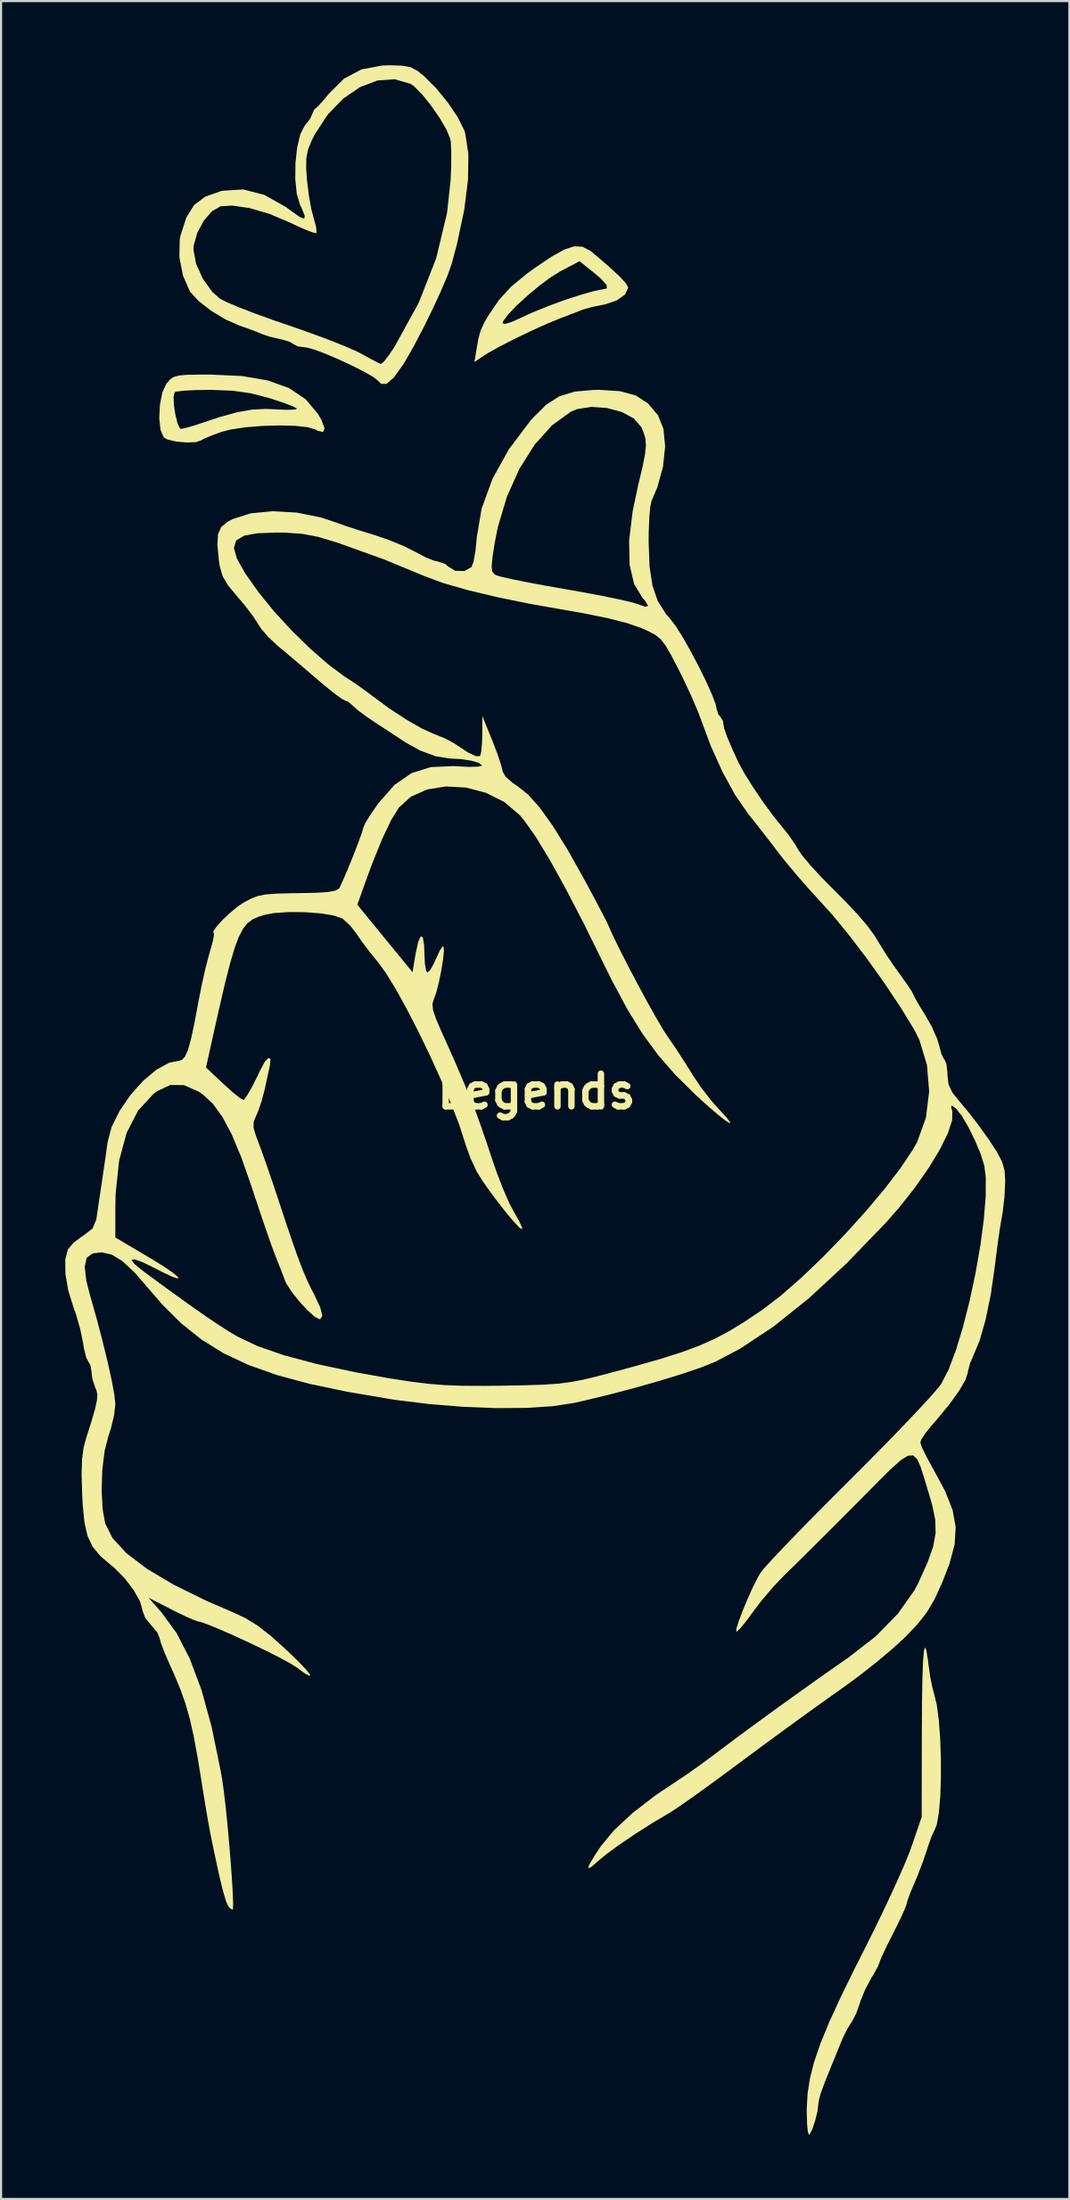
<source format=kicad_pcb>
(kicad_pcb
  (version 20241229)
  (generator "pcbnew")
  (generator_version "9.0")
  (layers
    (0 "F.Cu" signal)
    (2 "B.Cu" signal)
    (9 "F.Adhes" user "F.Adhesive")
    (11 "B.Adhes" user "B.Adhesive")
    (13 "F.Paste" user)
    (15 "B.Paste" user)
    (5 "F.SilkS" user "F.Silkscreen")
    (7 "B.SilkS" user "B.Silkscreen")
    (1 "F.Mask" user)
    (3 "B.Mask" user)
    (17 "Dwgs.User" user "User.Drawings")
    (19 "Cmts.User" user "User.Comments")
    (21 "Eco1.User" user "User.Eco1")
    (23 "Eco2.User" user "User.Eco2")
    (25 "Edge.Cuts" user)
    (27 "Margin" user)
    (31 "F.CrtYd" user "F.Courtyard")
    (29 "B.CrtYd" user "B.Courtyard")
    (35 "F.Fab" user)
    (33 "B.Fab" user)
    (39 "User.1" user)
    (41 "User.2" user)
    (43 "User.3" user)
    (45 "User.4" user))
  (footprint "Legends"
    (layer "F.Cu")
    (at 22.026 47.943)
    (property "Reference" "Legends" (at 0 0 0) (layer "F.SilkS") (effects (font (size 1.524 1.524) (thickness 0.3))))
    (attr board_only exclude_from_pos_files exclude_from_bom)
    (fp_poly (pts (xy 2.136 -39.468) (xy 2.483 -39.298) (xy 2.647 -39.172) (xy 3.386 -38.539) (xy 3.892 -38.073) (xy 4.185 -37.754) (xy 4.286 -37.56) (xy 4.286 -37.551) (xy 4.14 -37.235) (xy 3.752 -36.959) (xy 3.197 -36.771) (xy 3.096 -36.753) (xy 2.602 -36.653) (xy 2.197 -36.54) (xy 2.143 -36.52) (xy 1.803 -36.387) (xy 1.319 -36.201) (xy 1.111 -36.123) (xy 0.49 -35.868) (xy -0.251 -35.533) (xy -1.019 -35.164) (xy -1.721 -34.805) (xy -2.266 -34.502) (xy -2.441 -34.391) (xy -2.898 -34.081) (xy -2.813 -34.622) (xy -2.715 -35.179) (xy -2.606 -35.567) (xy -2.453 -35.891) (xy -1.587 -35.891) (xy -1.461 -35.859) (xy -1.128 -35.964) (xy -0.754 -36.136) (xy -0.197 -36.392) (xy 0.525 -36.685) (xy 1.274 -36.962) (xy 1.419 -37.012) (xy 2.055 -37.216) (xy 2.6 -37.373) (xy 2.969 -37.457) (xy 3.046 -37.465) (xy 3.288 -37.517) (xy 3.277 -37.683) (xy 3.004 -37.98) (xy 2.674 -38.26) (xy 2.014 -38.79) (xy 1.131 -38.328) (xy 0.667 -38.041) (xy 0.129 -37.641) (xy -0.422 -37.182) (xy -0.926 -36.72) (xy -1.323 -36.306) (xy -1.554 -35.995) (xy -1.587 -35.891) (xy -2.453 -35.891) (xy -2.434 -35.932) (xy -2.233 -36.277) (xy -1.747 -36.991) (xy -1.178 -37.607) (xy -0.439 -38.217) (xy -0.079 -38.476) (xy 0.703 -39.002) (xy 1.298 -39.334) (xy 1.758 -39.485)) (stroke (width 0) (type solid)) (fill yes) (layer "F.SilkS"))
    (fp_poly (pts (xy -13.772 -33.427) (xy -12.542 -33.217) (xy -11.552 -32.855) (xy -10.78 -32.333) (xy -10.202 -31.64) (xy -10.053 -31.378) (xy -9.907 -30.987) (xy -9.97 -30.81) (xy -10.228 -30.868) (xy -10.324 -30.923) (xy -10.686 -31.035) (xy -11.279 -31.1) (xy -12.02 -31.119) (xy -12.827 -31.095) (xy -13.617 -31.03) (xy -14.307 -30.925) (xy -14.727 -30.816) (xy -15.207 -30.639) (xy -15.555 -30.49) (xy -15.666 -30.424) (xy -15.923 -30.338) (xy -16.357 -30.322) (xy -16.842 -30.366) (xy -17.247 -30.46) (xy -17.423 -30.559) (xy -17.575 -30.919) (xy -17.632 -31.465) (xy -17.601 -32.082) (xy -17.528 -32.456) (xy -16.963 -32.456) (xy -16.947 -32.067) (xy -16.879 -31.618) (xy -16.779 -31.219) (xy -16.666 -30.981) (xy -16.619 -30.956) (xy -16.367 -31.006) (xy -15.953 -31.129) (xy -15.801 -31.18) (xy -14.788 -31.516) (xy -13.984 -31.736) (xy -13.306 -31.856) (xy -12.674 -31.89) (xy -12.211 -31.871) (xy -11.682 -31.847) (xy -11.317 -31.858) (xy -11.188 -31.901) (xy -11.19 -31.905) (xy -11.364 -32.001) (xy -11.766 -32.156) (xy -12.319 -32.342) (xy -12.496 -32.397) (xy -13.352 -32.62) (xy -14.197 -32.74) (xy -15.186 -32.779) (xy -15.266 -32.779) (xy -15.936 -32.77) (xy -16.481 -32.742) (xy -16.829 -32.701) (xy -16.91 -32.673) (xy -16.963 -32.456) (xy -17.528 -32.456) (xy -17.488 -32.656) (xy -17.298 -33.071) (xy -17.292 -33.078) (xy -17.132 -33.263) (xy -16.955 -33.384) (xy -16.695 -33.453) (xy -16.284 -33.486) (xy -15.654 -33.495) (xy -15.268 -33.495)) (stroke (width 0) (type solid)) (fill yes) (layer "F.SilkS"))
    (fp_poly (pts (xy 18.224 26.105) (xy 18.297 26.564) (xy 18.324 26.782) (xy 18.408 27.364) (xy 18.51 27.873) (xy 18.575 28.099) (xy 18.704 28.619) (xy 18.802 29.342) (xy 18.867 30.203) (xy 18.901 31.134) (xy 18.903 32.07) (xy 18.872 32.944) (xy 18.808 33.691) (xy 18.71 34.245) (xy 18.602 34.512) (xy 18.481 34.762) (xy 18.325 35.19) (xy 18.258 35.401) (xy 18.063 35.977) (xy 17.808 36.638) (xy 17.674 36.954) (xy 17.472 37.435) (xy 17.338 37.803) (xy 17.304 37.944) (xy 17.235 38.145) (xy 17.052 38.554) (xy 16.788 39.094) (xy 16.669 39.328) (xy 16.383 39.896) (xy 16.164 40.356) (xy 16.046 40.637) (xy 16.034 40.683) (xy 15.956 40.881) (xy 15.758 41.236) (xy 15.652 41.41) (xy 15.364 41.947) (xy 15.137 42.508) (xy 15.104 42.617) (xy 14.94 43.079) (xy 14.751 43.438) (xy 14.722 43.477) (xy 14.533 43.778) (xy 14.31 44.236) (xy 14.219 44.45) (xy 14.018 44.947) (xy 13.848 45.364) (xy 13.799 45.482) (xy 13.479 46.272) (xy 13.279 46.82) (xy 13.187 47.171) (xy 13.175 47.287) (xy 13.133 47.637) (xy 13.029 48.064) (xy 12.899 48.457) (xy 12.777 48.703) (xy 12.732 48.736) (xy 12.681 48.59) (xy 12.646 48.203) (xy 12.632 47.651) (xy 12.633 47.506) (xy 12.671 46.814) (xy 12.78 46.106) (xy 12.974 45.342) (xy 13.268 44.483) (xy 13.675 43.489) (xy 14.211 42.321) (xy 14.888 40.939) (xy 15.28 40.166) (xy 15.806 39.114) (xy 16.313 38.064) (xy 16.772 37.077) (xy 17.154 36.218) (xy 17.43 35.548) (xy 17.512 35.325) (xy 18.004 33.893) (xy 18.011 29.977) (xy 18.019 28.541) (xy 18.038 27.421) (xy 18.068 26.618) (xy 18.109 26.132) (xy 18.161 25.961)) (stroke (width 0) (type solid)) (fill yes) (layer "F.SilkS"))
    (fp_poly (pts (xy -6.28 -47.926) (xy -5.884 -47.853) (xy -5.563 -47.684) (xy -5.26 -47.438) (xy -4.681 -46.861) (xy -4.131 -46.186) (xy -3.674 -45.506) (xy -3.378 -44.912) (xy -3.334 -44.778) (xy -3.184 -43.807) (xy -3.2 -42.598) (xy -3.379 -41.181) (xy -3.718 -39.587) (xy -3.968 -38.656) (xy -4.159 -38.118) (xy -4.47 -37.386) (xy -4.861 -36.541) (xy -5.292 -35.665) (xy -5.725 -34.839) (xy -6.121 -34.143) (xy -6.251 -33.933) (xy -6.674 -33.349) (xy -7.01 -33.06) (xy -7.269 -33.06) (xy -7.388 -33.189) (xy -7.6 -33.363) (xy -8.031 -33.613) (xy -8.603 -33.904) (xy -9.24 -34.201) (xy -9.862 -34.466) (xy -10.394 -34.665) (xy -10.756 -34.762) (xy -10.808 -34.766) (xy -11.162 -34.812) (xy -11.34 -34.907) (xy -11.54 -35.027) (xy -11.922 -35.14) (xy -12.003 -35.156) (xy -12.462 -35.263) (xy -12.814 -35.38) (xy -12.839 -35.391) (xy -13.135 -35.514) (xy -13.601 -35.685) (xy -13.878 -35.78) (xy -14.531 -36.067) (xy -15.201 -36.471) (xy -15.785 -36.922) (xy -16.18 -37.349) (xy -16.201 -37.382) (xy -16.524 -38.117) (xy -16.691 -38.974) (xy -16.685 -39.336) (xy -16.034 -39.336) (xy -15.912 -38.672) (xy -15.594 -37.967) (xy -15.15 -37.352) (xy -14.796 -37.04) (xy -14.473 -36.875) (xy -13.91 -36.638) (xy -13.169 -36.352) (xy -12.31 -36.041) (xy -11.621 -35.805) (xy -10.689 -35.482) (xy -9.802 -35.155) (xy -9.029 -34.85) (xy -8.441 -34.596) (xy -8.176 -34.462) (xy -7.726 -34.212) (xy -7.39 -34.039) (xy -7.268 -33.99) (xy -7.13 -34.104) (xy -6.886 -34.419) (xy -6.628 -34.806) (xy -5.502 -36.854) (xy -4.686 -38.935) (xy -4.182 -41.039) (xy -4.013 -42.571) (xy -3.986 -43.281) (xy -3.983 -43.909) (xy -4.005 -44.361) (xy -4.025 -44.494) (xy -4.206 -44.934) (xy -4.531 -45.489) (xy -4.936 -46.072) (xy -5.356 -46.595) (xy -5.729 -46.969) (xy -5.882 -47.074) (xy -6.63 -47.292) (xy -7.435 -47.233) (xy -8.254 -46.92) (xy -9.044 -46.379) (xy -9.763 -45.632) (xy -10.369 -44.705) (xy -10.496 -44.452) (xy -10.674 -44.018) (xy -10.759 -43.607) (xy -10.765 -43.097) (xy -10.725 -42.564) (xy -10.642 -41.882) (xy -10.527 -41.235) (xy -10.407 -40.774) (xy -10.298 -40.379) (xy -10.279 -40.132) (xy -10.297 -40.101) (xy -10.477 -40.139) (xy -10.864 -40.291) (xy -11.382 -40.527) (xy -11.509 -40.589) (xy -12.476 -40.999) (xy -13.405 -41.272) (xy -14.221 -41.389) (xy -14.766 -41.354) (xy -15.167 -41.127) (xy -15.55 -40.683) (xy -15.855 -40.119) (xy -16.02 -39.532) (xy -16.034 -39.336) (xy -16.685 -39.336) (xy -16.676 -39.797) (xy -16.637 -39.998) (xy -16.366 -40.834) (xy -16.003 -41.415) (xy -15.49 -41.803) (xy -14.77 -42.058) (xy -14.667 -42.082) (xy -13.705 -42.143) (xy -12.72 -41.889) (xy -11.71 -41.319) (xy -11.52 -41.179) (xy -11.08 -40.865) (xy -10.856 -40.773) (xy -10.832 -40.915) (xy -10.99 -41.298) (xy -11.052 -41.424) (xy -11.205 -41.935) (xy -11.274 -42.615) (xy -11.266 -43.37) (xy -11.187 -44.103) (xy -11.041 -44.719) (xy -10.835 -45.121) (xy -10.826 -45.132) (xy -10.582 -45.442) (xy -10.478 -45.674) (xy -10.477 -45.677) (xy -10.384 -45.886) (xy -10.353 -45.905) (xy -10.19 -46.051) (xy -9.909 -46.366) (xy -9.712 -46.606) (xy -9 -47.316) (xy -8.186 -47.749) (xy -7.213 -47.932) (xy -6.872 -47.943)) (stroke (width 0) (type solid)) (fill yes) (layer "F.SilkS"))
    (fp_poly (pts (xy 3.904 -32.719) (xy 4.641 -32.517) (xy 5.215 -32.144) (xy 5.675 -31.599) (xy 5.934 -30.961) (xy 6.013 -30.138) (xy 5.916 -29.204) (xy 5.649 -28.23) (xy 5.375 -27.585) (xy 5.318 -27.315) (xy 5.273 -26.811) (xy 5.246 -26.152) (xy 5.241 -25.68) (xy 5.284 -24.534) (xy 5.421 -23.634) (xy 5.669 -22.915) (xy 6.047 -22.314) (xy 6.263 -22.066) (xy 6.521 -21.727) (xy 6.853 -21.196) (xy 7.224 -20.541) (xy 7.597 -19.832) (xy 7.938 -19.139) (xy 8.21 -18.531) (xy 8.378 -18.079) (xy 8.414 -17.895) (xy 8.501 -17.614) (xy 8.572 -17.542) (xy 8.716 -17.313) (xy 8.731 -17.199) (xy 8.773 -16.961) (xy 8.91 -16.571) (xy 9.162 -15.983) (xy 9.428 -15.399) (xy 9.71 -14.879) (xy 10.125 -14.214) (xy 10.606 -13.505) (xy 11.085 -12.853) (xy 11.418 -12.443) (xy 11.792 -11.977) (xy 12.105 -11.522) (xy 12.212 -11.332) (xy 12.418 -11.029) (xy 12.794 -10.579) (xy 13.28 -10.05) (xy 13.641 -9.684) (xy 14.431 -8.89) (xy 15.027 -8.258) (xy 15.472 -7.735) (xy 15.808 -7.274) (xy 16.044 -6.888) (xy 16.312 -6.452) (xy 16.683 -5.901) (xy 16.991 -5.471) (xy 17.31 -5.025) (xy 17.537 -4.684) (xy 17.621 -4.524) (xy 17.701 -4.351) (xy 17.907 -3.994) (xy 18.168 -3.576) (xy 18.481 -3.022) (xy 18.723 -2.475) (xy 18.821 -2.153) (xy 18.927 -1.754) (xy 19.049 -1.513) (xy 19.068 -1.497) (xy 19.158 -1.297) (xy 19.206 -0.906) (xy 19.209 -0.781) (xy 19.258 -0.337) (xy 19.444 0.057) (xy 19.819 0.519) (xy 20.215 0.991) (xy 20.686 1.604) (xy 21.135 2.232) (xy 21.168 2.281) (xy 21.546 2.863) (xy 21.769 3.297) (xy 21.876 3.684) (xy 21.907 4.128) (xy 21.907 4.213) (xy 21.876 4.89) (xy 21.796 5.593) (xy 21.757 5.822) (xy 21.67 6.333) (xy 21.567 7.036) (xy 21.466 7.809) (xy 21.432 8.096) (xy 21.237 9.465) (xy 20.991 10.666) (xy 20.708 11.647) (xy 20.458 12.245) (xy 20.266 12.691) (xy 20.166 13.066) (xy 20.161 13.127) (xy 20.054 13.466) (xy 19.756 13.976) (xy 19.302 14.607) (xy 18.727 15.306) (xy 18.543 15.514) (xy 18.211 15.916) (xy 17.992 16.247) (xy 17.939 16.39) (xy 18.015 16.619) (xy 18.215 17.035) (xy 18.498 17.553) (xy 18.539 17.624) (xy 19.096 18.658) (xy 19.446 19.538) (xy 19.593 20.344) (xy 19.544 21.157) (xy 19.306 22.055) (xy 18.956 22.954) (xy 18.606 23.718) (xy 18.258 24.312) (xy 17.829 24.861) (xy 17.236 25.484) (xy 17.233 25.486) (xy 16.665 26.011) (xy 15.923 26.634) (xy 15.099 27.282) (xy 14.286 27.879) (xy 14.208 27.933) (xy 13.461 28.461) (xy 12.541 29.122) (xy 11.527 29.859) (xy 10.498 30.613) (xy 9.569 31.302) (xy 8.721 31.931) (xy 7.921 32.514) (xy 7.218 33.018) (xy 6.66 33.408) (xy 6.294 33.65) (xy 6.236 33.685) (xy 5.435 34.161) (xy 4.622 34.678) (xy 3.872 35.185) (xy 3.259 35.633) (xy 2.897 35.934) (xy 2.56 36.226) (xy 2.416 36.289) (xy 2.465 36.118) (xy 2.709 35.707) (xy 3.016 35.243) (xy 3.625 34.509) (xy 4.484 33.71) (xy 5.546 32.888) (xy 6.617 32.173) (xy 7.03 31.898) (xy 7.603 31.492) (xy 8.248 31.018) (xy 8.646 30.718) (xy 9.354 30.187) (xy 10.248 29.529) (xy 11.251 28.8) (xy 12.288 28.055) (xy 13.282 27.348) (xy 14.157 26.734) (xy 14.572 26.448) (xy 15.849 25.456) (xy 16.891 24.395) (xy 17.664 23.302) (xy 17.862 22.924) (xy 18.277 22.002) (xy 18.538 21.267) (xy 18.655 20.633) (xy 18.639 20.014) (xy 18.499 19.326) (xy 18.343 18.788) (xy 18.125 18.07) (xy 17.953 17.529) (xy 17.79 17.169) (xy 17.603 16.996) (xy 17.359 17.013) (xy 17.023 17.225) (xy 16.56 17.638) (xy 15.938 18.255) (xy 15.121 19.081) (xy 14.958 19.245) (xy 14.167 20.039) (xy 13.4 20.804) (xy 12.703 21.497) (xy 12.122 22.072) (xy 11.701 22.483) (xy 11.594 22.586) (xy 11.065 23.14) (xy 10.506 23.799) (xy 10.131 24.293) (xy 9.791 24.754) (xy 9.513 25.091) (xy 9.353 25.239) (xy 9.344 25.241) (xy 9.341 25.11) (xy 9.445 24.765) (xy 9.627 24.279) (xy 9.857 23.724) (xy 10.105 23.174) (xy 10.343 22.7) (xy 10.467 22.484) (xy 10.652 22.255) (xy 11.034 21.835) (xy 11.585 21.252) (xy 12.277 20.536) (xy 13.079 19.719) (xy 13.963 18.829) (xy 14.618 18.177) (xy 15.551 17.243) (xy 16.431 16.35) (xy 17.225 15.528) (xy 17.904 14.811) (xy 18.438 14.23) (xy 18.795 13.818) (xy 18.92 13.652) (xy 19.265 12.981) (xy 19.61 12.065) (xy 19.943 10.968) (xy 20.251 9.75) (xy 20.523 8.473) (xy 20.746 7.199) (xy 20.907 5.989) (xy 20.996 4.906) (xy 20.999 4.009) (xy 20.931 3.466) (xy 20.763 2.922) (xy 20.498 2.287) (xy 20.185 1.657) (xy 19.873 1.128) (xy 19.61 0.797) (xy 19.596 0.785) (xy 19.402 0.648) (xy 19.388 0.757) (xy 19.433 0.91) (xy 19.429 1.338) (xy 19.227 1.951) (xy 18.854 2.707) (xy 18.334 3.565) (xy 17.693 4.482) (xy 16.954 5.416) (xy 16.337 6.12) (xy 14.488 8.034) (xy 12.737 9.653) (xy 11.081 10.978) (xy 9.515 12.015) (xy 8.348 12.628) (xy 7.708 12.885) (xy 6.821 13.187) (xy 5.751 13.516) (xy 4.563 13.852) (xy 3.321 14.178) (xy 2.089 14.473) (xy 1.746 14.55) (xy 0.759 14.7) (xy -0.471 14.779) (xy -1.881 14.789) (xy -3.403 14.73) (xy -4.973 14.605) (xy -6.526 14.414) (xy -6.794 14.374) (xy -8.848 14.025) (xy -10.622 13.652) (xy -12.153 13.238) (xy -13.479 12.766) (xy -14.638 12.22) (xy -15.666 11.581) (xy -16.601 10.834) (xy -17.48 9.96) (xy -18.115 9.226) (xy -18.791 8.448) (xy -19.356 7.921) (xy -19.852 7.618) (xy -20.319 7.512) (xy -20.747 7.562) (xy -21.02 7.762) (xy -21.117 8.188) (xy -21.038 8.855) (xy -20.884 9.456) (xy -20.574 10.551) (xy -20.291 11.626) (xy -20.047 12.624) (xy -19.856 13.489) (xy -19.731 14.166) (xy -19.685 14.596) (xy -19.685 14.601) (xy -19.744 15.126) (xy -19.895 15.753) (xy -20.002 16.072) (xy -20.185 16.778) (xy -20.294 17.671) (xy -20.326 18.629) (xy -20.276 19.529) (xy -20.158 20.183) (xy -19.816 20.862) (xy -19.165 21.568) (xy -18.209 22.295) (xy -16.956 23.04) (xy -15.412 23.799) (xy -14.286 24.284) (xy -13.635 24.584) (xy -13.051 24.938) (xy -12.441 25.41) (xy -11.746 26.032) (xy -11.165 26.59) (xy -10.775 26.997) (xy -10.584 27.24) (xy -10.601 27.304) (xy -10.834 27.177) (xy -11.23 26.89) (xy -11.541 26.695) (xy -12.054 26.42) (xy -12.702 26.094) (xy -13.422 25.749) (xy -14.147 25.414) (xy -14.813 25.121) (xy -15.355 24.898) (xy -15.707 24.777) (xy -15.784 24.764) (xy -15.999 24.695) (xy -16.412 24.514) (xy -16.941 24.257) (xy -17.043 24.205) (xy -18.131 23.647) (xy -17.519 24.342) (xy -16.821 25.299) (xy -16.202 26.501) (xy -15.656 27.963) (xy -15.178 29.703) (xy -14.762 31.736) (xy -14.69 32.147) (xy -14.615 32.676) (xy -14.533 33.378) (xy -14.449 34.195) (xy -14.369 35.067) (xy -14.297 35.936) (xy -14.239 36.742) (xy -14.198 37.427) (xy -14.179 37.931) (xy -14.188 38.197) (xy -14.197 38.221) (xy -14.318 38.159) (xy -14.404 38.064) (xy -14.514 37.822) (xy -14.661 37.318) (xy -14.848 36.538) (xy -15.078 35.468) (xy -15.254 34.608) (xy -15.343 34.124) (xy -15.46 33.445) (xy -15.584 32.688) (xy -15.632 32.385) (xy -15.834 31.139) (xy -16.018 30.139) (xy -16.202 29.314) (xy -16.406 28.597) (xy -16.648 27.916) (xy -16.946 27.203) (xy -17.131 26.793) (xy -17.371 26.243) (xy -17.545 25.79) (xy -17.621 25.524) (xy -17.621 25.511) (xy -17.729 25.263) (xy -17.99 24.95) (xy -18.018 24.924) (xy -18.292 24.58) (xy -18.415 24.254) (xy -18.415 24.238) (xy -18.527 23.825) (xy -18.823 23.298) (xy -19.242 22.747) (xy -19.722 22.26) (xy -19.861 22.146) (xy -20.379 21.705) (xy -20.742 21.27) (xy -20.982 20.77) (xy -21.129 20.13) (xy -21.212 19.279) (xy -21.236 18.813) (xy -21.262 17.879) (xy -21.241 17.179) (xy -21.168 16.633) (xy -21.067 16.248) (xy -20.802 15.413) (xy -20.631 14.822) (xy -20.544 14.418) (xy -20.528 14.142) (xy -20.575 13.939) (xy -20.62 13.845) (xy -20.762 13.415) (xy -20.796 13.117) (xy -20.848 12.78) (xy -20.94 12.63) (xy -21.043 12.433) (xy -21.146 12.029) (xy -21.194 11.742) (xy -21.324 11.102) (xy -21.526 10.401) (xy -21.629 10.115) (xy -21.883 9.307) (xy -22.018 8.52) (xy -22.026 7.843) (xy -21.905 7.378) (xy -21.635 7.059) (xy -21.311 6.817) (xy -19.685 6.817) (xy -18.066 7.774) (xy -17.392 8.19) (xy -16.948 8.498) (xy -16.74 8.683) (xy -16.774 8.735) (xy -17.057 8.638) (xy -17.594 8.381) (xy -17.85 8.246) (xy -18.429 7.963) (xy -18.794 7.837) (xy -18.927 7.864) (xy -18.811 8.039) (xy -18.428 8.357) (xy -18.395 8.382) (xy -17.235 9.232) (xy -16.288 9.915) (xy -15.515 10.458) (xy -14.877 10.889) (xy -14.334 11.234) (xy -13.97 11.45) (xy -13.035 11.893) (xy -11.797 12.321) (xy -10.268 12.729) (xy -8.462 13.115) (xy -6.906 13.392) (xy -5.941 13.542) (xy -5.111 13.647) (xy -4.321 13.712) (xy -3.475 13.745) (xy -2.478 13.75) (xy -1.587 13.741) (xy -0.51 13.721) (xy 0.326 13.693) (xy 0.995 13.648) (xy 1.574 13.576) (xy 2.139 13.471) (xy 2.764 13.322) (xy 3.231 13.201) (xy 4.656 12.817) (xy 5.825 12.483) (xy 6.79 12.175) (xy 7.607 11.873) (xy 8.326 11.553) (xy 9.003 11.195) (xy 9.69 10.776) (xy 10.441 10.275) (xy 10.557 10.195) (xy 11.417 9.539) (xy 12.376 8.7) (xy 13.388 7.731) (xy 14.407 6.681) (xy 15.384 5.602) (xy 16.274 4.544) (xy 17.03 3.557) (xy 17.604 2.693) (xy 17.795 2.35) (xy 18.202 1.225) (xy 18.353 0.000263) (xy 18.251 -1.239) (xy 17.898 -2.407) (xy 17.655 -2.892) (xy 17.018 -3.934) (xy 16.258 -5.071) (xy 15.436 -6.222) (xy 14.611 -7.306) (xy 13.842 -8.241) (xy 13.427 -8.702) (xy 12.813 -9.372) (xy 12.188 -10.085) (xy 11.639 -10.741) (xy 11.346 -11.113) (xy 10.86 -11.747) (xy 10.338 -12.416) (xy 9.894 -12.975) (xy 9.291 -13.845) (xy 8.692 -14.936) (xy 8.142 -16.155) (xy 7.776 -17.145) (xy 7.549 -17.744) (xy 7.224 -18.502) (xy 6.852 -19.297) (xy 6.648 -19.706) (xy 6.296 -20.382) (xy 6.032 -20.838) (xy 5.798 -21.139) (xy 5.537 -21.346) (xy 5.193 -21.524) (xy 4.905 -21.651) (xy 4.24 -21.882) (xy 3.306 -22.12) (xy 2.151 -22.353) (xy 1.458 -22.473) (xy -0.293 -22.781) (xy -1.874 -23.105) (xy -3.248 -23.434) (xy -4.378 -23.761) (xy -5.229 -24.077) (xy -5.239 -24.081) (xy -7.156 -24.871) (xy -9.285 -25.634) (xy -9.366 -25.661) (xy -10.204 -25.913) (xy -10.937 -26.053) (xy -11.737 -26.109) (xy -12.16 -26.114) (xy -13.05 -26.081) (xy -13.673 -25.966) (xy -14.035 -25.745) (xy -14.143 -25.396) (xy -14.003 -24.896) (xy -13.622 -24.22) (xy -13.007 -23.347) (xy -12.976 -23.306) (xy -12.273 -22.439) (xy -11.45 -21.546) (xy -10.58 -20.695) (xy -9.733 -19.955) (xy -8.979 -19.393) (xy -8.834 -19.301) (xy -8.396 -19.011) (xy -7.885 -18.642) (xy -7.699 -18.5) (xy -6.898 -17.91) (xy -6.092 -17.381) (xy -5.361 -16.962) (xy -4.782 -16.699) (xy -4.733 -16.682) (xy -4.237 -16.481) (xy -3.81 -16.245) (xy -3.779 -16.223) (xy -3.222 -15.853) (xy -2.827 -15.666) (xy -2.636 -15.673) (xy -2.583 -15.873) (xy -2.546 -16.287) (xy -2.536 -16.656) (xy -2.531 -17.542) (xy -2.059 -16.38) (xy -1.834 -15.794) (xy -1.666 -15.298) (xy -1.585 -14.983) (xy -1.582 -14.952) (xy -1.453 -14.721) (xy -1.127 -14.428) (xy -0.884 -14.264) (xy -0.392 -13.875) (xy 0.15 -13.267) (xy 0.757 -12.421) (xy 1.443 -11.316) (xy 2.221 -9.934) (xy 2.313 -9.763) (xy 2.678 -9.083) (xy 2.987 -8.501) (xy 3.21 -8.074) (xy 3.315 -7.863) (xy 3.317 -7.858) (xy 3.53 -7.375) (xy 3.859 -6.697) (xy 4.267 -5.896) (xy 4.715 -5.043) (xy 5.165 -4.21) (xy 5.58 -3.469) (xy 5.921 -2.891) (xy 6.097 -2.619) (xy 6.533 -1.98) (xy 6.984 -1.286) (xy 7.289 -0.794) (xy 7.697 -0.184) (xy 8.178 0.435) (xy 8.459 0.751) (xy 8.865 1.189) (xy 9.05 1.428) (xy 9.033 1.481) (xy 8.831 1.356) (xy 8.463 1.065) (xy 7.947 0.619) (xy 7.444 0.16) (xy 6.503 -0.767) (xy 5.688 -1.7) (xy 4.95 -2.705) (xy 4.244 -3.849) (xy 3.52 -5.201) (xy 3.165 -5.918) (xy 2.21 -7.85) (xy 1.361 -9.486) (xy 0.617 -10.829) (xy -0.023 -11.882) (xy -0.561 -12.647) (xy -0.784 -12.915) (xy -1.507 -13.528) (xy -2.366 -13.958) (xy -3.295 -14.201) (xy -4.233 -14.253) (xy -5.115 -14.111) (xy -5.879 -13.771) (xy -6.434 -13.263) (xy -6.797 -12.675) (xy -7.218 -11.789) (xy -7.691 -10.618) (xy -8.02 -9.721) (xy -8.373 -8.727) (xy -7.084 -7.151) (xy -5.794 -5.575) (xy -5.65 -6.439) (xy -5.526 -7.004) (xy -5.408 -7.257) (xy -5.311 -7.197) (xy -5.251 -6.826) (xy -5.239 -6.429) (xy -5.215 -5.951) (xy -5.155 -5.634) (xy -5.097 -5.556) (xy -4.958 -5.69) (xy -4.773 -6.027) (xy -4.694 -6.211) (xy -4.521 -6.585) (xy -4.386 -6.778) (xy -4.349 -6.783) (xy -4.327 -6.586) (xy -4.366 -6.177) (xy -4.451 -5.649) (xy -4.563 -5.1) (xy -4.686 -4.622) (xy -4.793 -4.329) (xy -4.864 -4.098) (xy -4.835 -3.806) (xy -4.69 -3.378) (xy -4.449 -2.821) (xy -4.17 -2.201) (xy -3.916 -1.632) (xy -3.738 -1.226) (xy -3.723 -1.191) (xy -3.551 -0.787) (xy -3.313 -0.227) (xy -3.114 0.238) (xy -2.897 0.787) (xy -2.625 1.532) (xy -2.336 2.365) (xy -2.122 3.016) (xy -1.844 3.819) (xy -1.544 4.591) (xy -1.261 5.236) (xy -1.066 5.604) (xy -0.823 6.029) (xy -0.682 6.335) (xy -0.668 6.436) (xy -0.795 6.36) (xy -1.058 6.082) (xy -1.411 5.663) (xy -1.807 5.161) (xy -2.199 4.635) (xy -2.541 4.145) (xy -2.787 3.749) (xy -2.79 3.743) (xy -3.069 3.151) (xy -3.307 2.507) (xy -3.344 2.381) (xy -3.606 1.568) (xy -3.982 0.586) (xy -4.444 -0.506) (xy -4.963 -1.648) (xy -5.511 -2.783) (xy -6.06 -3.85) (xy -6.581 -4.793) (xy -7.046 -5.551) (xy -7.404 -6.04) (xy -7.816 -6.547) (xy -8.193 -7.048) (xy -8.387 -7.334) (xy -8.702 -7.746) (xy -9.042 -8.06) (xy -9.079 -8.085) (xy -9.473 -8.224) (xy -10.085 -8.323) (xy -10.817 -8.379) (xy -11.572 -8.386) (xy -12.254 -8.34) (xy -12.669 -8.264) (xy -12.996 -8.166) (xy -13.271 -8.043) (xy -13.508 -7.865) (xy -13.719 -7.602) (xy -13.916 -7.222) (xy -14.112 -6.696) (xy -14.32 -5.992) (xy -14.553 -5.08) (xy -14.822 -3.929) (xy -15.14 -2.509) (xy -15.264 -1.95) (xy -15.447 -1.122) (xy -14.599 -0.327) (xy -14.18 0.049) (xy -13.855 0.307) (xy -13.686 0.399) (xy -13.678 0.396) (xy -13.498 0.14) (xy -13.247 -0.308) (xy -12.981 -0.848) (xy -12.916 -0.992) (xy -12.703 -1.385) (xy -12.529 -1.57) (xy -12.434 -1.523) (xy -12.458 -1.23) (xy -12.539 -0.861) (xy -12.652 -0.343) (xy -12.703 -0.103) (xy -12.85 0.457) (xy -13.028 0.961) (xy -13.095 1.109) (xy -13.218 1.406) (xy -13.225 1.692) (xy -13.108 2.087) (xy -13.017 2.323) (xy -12.845 2.782) (xy -12.608 3.452) (xy -12.337 4.239) (xy -12.083 5.001) (xy -11.695 6.173) (xy -11.383 7.091) (xy -11.129 7.805) (xy -10.914 8.365) (xy -10.72 8.818) (xy -10.529 9.215) (xy -10.417 9.43) (xy -10.112 10.071) (xy -10.008 10.473) (xy -10.107 10.633) (xy -10.141 10.636) (xy -10.368 10.518) (xy -10.706 10.216) (xy -11.084 9.807) (xy -11.435 9.368) (xy -11.687 8.977) (xy -11.745 8.851) (xy -11.928 8.374) (xy -12.153 7.803) (xy -12.226 7.62) (xy -12.374 7.221) (xy -12.596 6.591) (xy -12.865 5.802) (xy -13.159 4.925) (xy -13.317 4.445) (xy -13.791 3.091) (xy -14.238 2.016) (xy -14.678 1.186) (xy -15.13 0.566) (xy -15.613 0.122) (xy -15.784 0.007) (xy -16.479 -0.301) (xy -17.116 -0.307) (xy -17.744 -0.01) (xy -17.903 0.11) (xy -18.623 0.893) (xy -19.158 1.933) (xy -19.508 3.226) (xy -19.672 4.769) (xy -19.685 5.415) (xy -19.685 6.817) (xy -21.311 6.817) (xy -21.23 6.757) (xy -21.175 6.726) (xy -20.752 6.401) (xy -20.574 5.977) (xy -20.571 5.957) (xy -20.515 5.569) (xy -20.428 4.983) (xy -20.328 4.316) (xy -20.312 4.207) (xy -20.211 3.523) (xy -20.12 2.888) (xy -20.058 2.425) (xy -20.052 2.381) (xy -19.859 1.658) (xy -19.484 0.898) (xy -18.975 0.159) (xy -18.385 -0.501) (xy -17.763 -1.023) (xy -17.161 -1.349) (xy -16.752 -1.429) (xy -16.579 -1.472) (xy -16.43 -1.63) (xy -16.291 -1.942) (xy -16.149 -2.449) (xy -15.99 -3.189) (xy -15.8 -4.204) (xy -15.8 -4.207) (xy -15.648 -4.977) (xy -15.474 -5.749) (xy -15.31 -6.383) (xy -15.272 -6.509) (xy -15.14 -6.977) (xy -15.074 -7.293) (xy -15.081 -7.382) (xy -15.111 -7.473) (xy -14.954 -7.707) (xy -14.667 -8.024) (xy -14.307 -8.364) (xy -13.931 -8.668) (xy -13.707 -8.817) (xy -13.36 -9.006) (xy -13.035 -9.132) (xy -12.656 -9.208) (xy -12.14 -9.247) (xy -11.41 -9.265) (xy -11.145 -9.268) (xy -10.32 -9.285) (xy -9.762 -9.32) (xy -9.419 -9.38) (xy -9.243 -9.471) (xy -9.204 -9.525) (xy -9.017 -9.931) (xy -8.788 -10.47) (xy -8.549 -11.06) (xy -8.332 -11.618) (xy -8.171 -12.062) (xy -8.097 -12.31) (xy -8.096 -12.325) (xy -8.007 -12.533) (xy -7.773 -12.915) (xy -7.439 -13.398) (xy -7.373 -13.489) (xy -6.635 -14.327) (xy -5.844 -14.874) (xy -4.942 -15.158) (xy -3.872 -15.205) (xy -3.709 -15.194) (xy -3.147 -15.167) (xy -2.733 -15.178) (xy -2.544 -15.222) (xy -2.54 -15.232) (xy -2.684 -15.351) (xy -3.054 -15.458) (xy -3.56 -15.533) (xy -4.049 -15.557) (xy -4.701 -15.66) (xy -5.45 -15.935) (xy -6.164 -16.335) (xy -6.173 -16.341) (xy -6.529 -16.579) (xy -7.032 -16.909) (xy -7.473 -17.193) (xy -7.964 -17.525) (xy -8.363 -17.825) (xy -8.564 -18.008) (xy -8.806 -18.214) (xy -8.93 -18.256) (xy -9.113 -18.354) (xy -9.471 -18.617) (xy -9.945 -19) (xy -10.238 -19.248) (xy -10.84 -19.765) (xy -11.445 -20.279) (xy -11.95 -20.702) (xy -12.082 -20.811) (xy -12.522 -21.219) (xy -12.882 -21.637) (xy -13.014 -21.843) (xy -13.243 -22.2) (xy -13.607 -22.679) (xy -13.995 -23.138) (xy -14.422 -23.652) (xy -14.671 -24.077) (xy -14.804 -24.534) (xy -14.846 -24.816) (xy -14.915 -25.546) (xy -14.886 -26.04) (xy -14.735 -26.373) (xy -14.438 -26.619) (xy -14.213 -26.739) (xy -13.361 -27.011) (xy -12.327 -27.112) (xy -11.198 -27.046) (xy -10.057 -26.814) (xy -9.366 -26.583) (xy -8.936 -26.429) (xy -8.327 -26.23) (xy -7.666 -26.027) (xy -7.62 -26.013) (xy -6.914 -25.774) (xy -6.211 -25.486) (xy -5.668 -25.214) (xy -5.192 -24.962) (xy -4.786 -24.799) (xy -4.616 -24.765) (xy -4.272 -24.65) (xy -4.128 -24.527) (xy -3.789 -24.326) (xy -3.371 -24.316) (xy -3.038 -24.5) (xy -3.037 -24.502) (xy -3.029 -24.525) (xy -2.097 -24.525) (xy -2.07 -24.299) (xy -1.975 -24.174) (xy -1.891 -24.122) (xy -1.65 -24.049) (xy -1.151 -23.936) (xy -0.449 -23.795) (xy 0.401 -23.636) (xy 1.298 -23.479) (xy 2.255 -23.31) (xy 3.134 -23.143) (xy 3.873 -22.991) (xy 4.414 -22.866) (xy 4.683 -22.786) (xy 5.083 -22.65) (xy 5.219 -22.688) (xy 5.095 -22.905) (xy 4.958 -23.059) (xy 4.563 -23.706) (xy 4.353 -24.601) (xy 4.329 -25.733) (xy 4.492 -27.094) (xy 4.75 -28.317) (xy 4.95 -29.154) (xy 5.071 -29.754) (xy 5.115 -30.187) (xy 5.088 -30.523) (xy 4.992 -30.83) (xy 4.894 -31.048) (xy 4.548 -31.445) (xy 3.984 -31.747) (xy 3.294 -31.933) (xy 2.57 -31.985) (xy 1.902 -31.882) (xy 1.612 -31.763) (xy 0.724 -31.123) (xy -0.09 -30.216) (xy -0.801 -29.087) (xy -1.384 -27.783) (xy -1.812 -26.351) (xy -1.965 -25.563) (xy -2.061 -24.923) (xy -2.097 -24.525) (xy -3.029 -24.525) (xy -2.942 -24.757) (xy -2.855 -25.232) (xy -2.795 -25.829) (xy -2.791 -25.895) (xy -2.565 -27.234) (xy -2.059 -28.618) (xy -1.295 -29.998) (xy -0.294 -31.327) (xy -0.169 -31.47) (xy 0.451 -32.084) (xy 1.066 -32.479) (xy 1.772 -32.697) (xy 2.662 -32.777) (xy 2.937 -32.78)) (stroke (width 0) (type solid)) (fill yes) (layer "F.SilkS")))
  (gr_rect
    (start -3 -3)
    (end 46.934 99.679)
    (stroke (width 0.1) (type default))
    (fill no)
    (layer "Edge.Cuts")))
</source>
